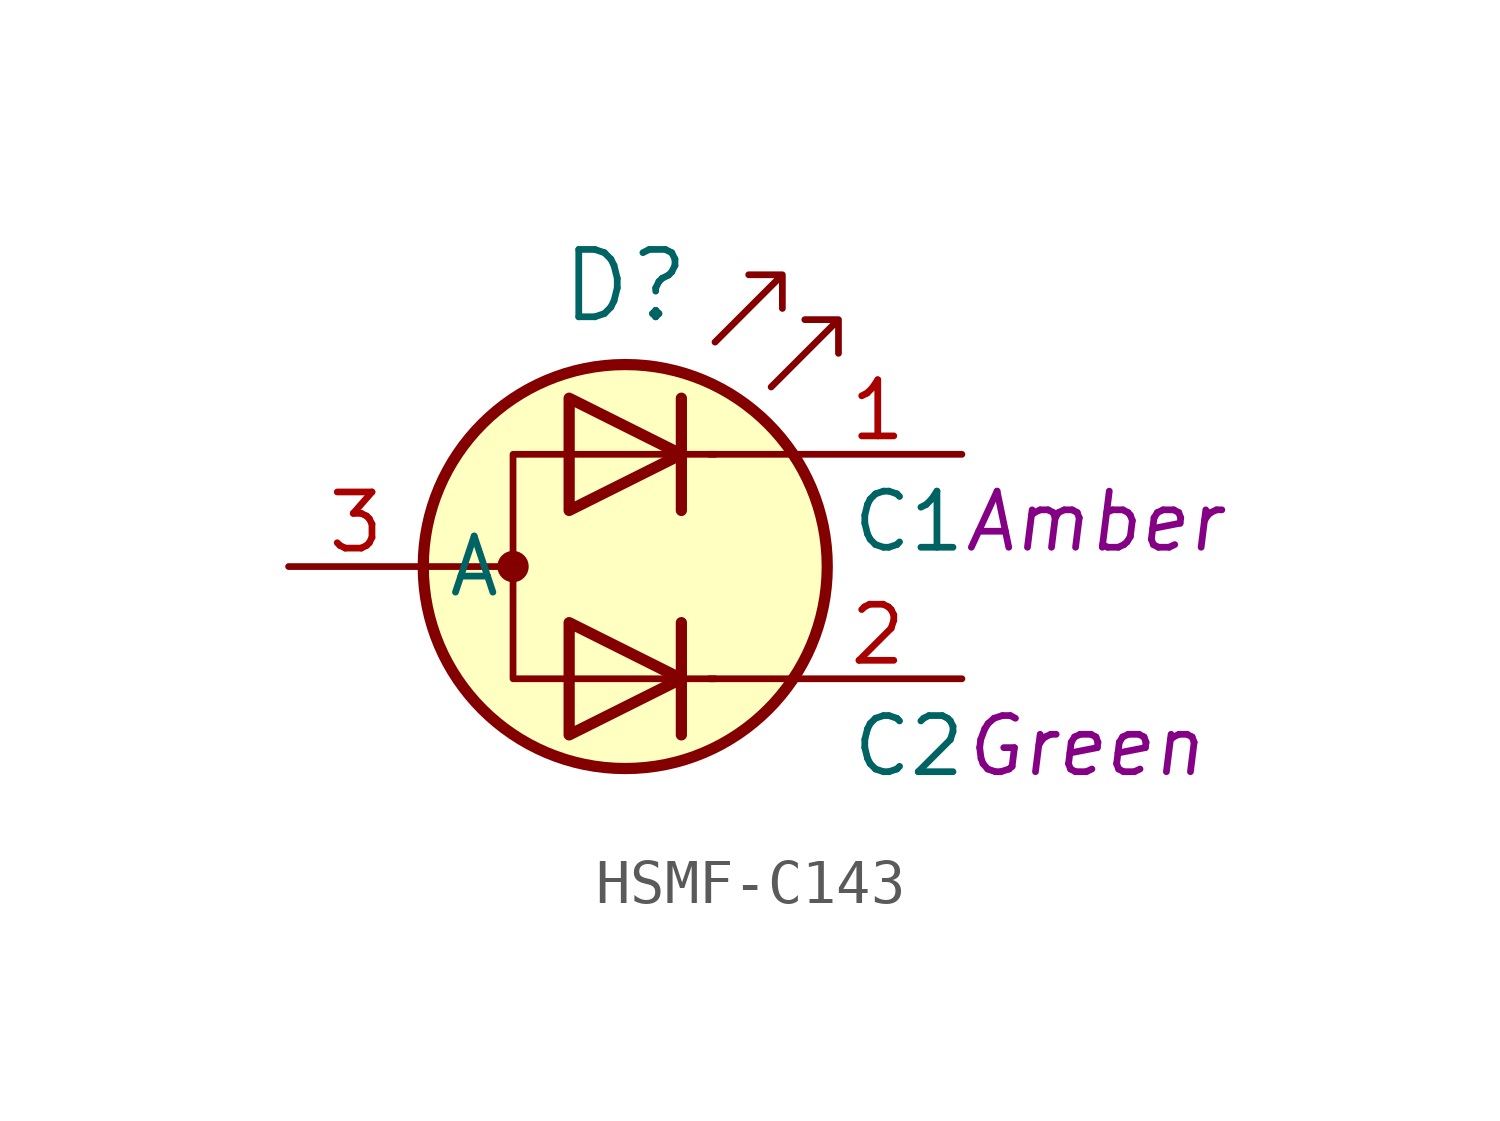
<source format=kicad_sym>
(kicad_symbol_lib
  (version 20241209)
  (generator "kicad_symbol_editor")
  (generator_version "9.0")
  (symbol "HSMF-C143"
    (property "Reference" "D"
      (at 0 6.35 0)
      (effects (font (size 1.524 1.524))))
    (property "Value" ""
      (at 0 0 0)
      (effects (font (size 1.27 1.27))))
    (symbol "HSMF-C143_0_1"
      (polyline (pts (xy -4.572 0) (xy -2.54 0)) (stroke (width 0) (type default)) (fill (type none)))
      (circle (center -2.54 0) (radius 0.279) (stroke (width 0) (type default)) (fill (type outline)))
      (polyline (pts (xy -1.27 3.81) (xy -1.27 1.27) (xy 1.27 2.54) (xy -1.27 3.81)) (stroke (width 0.254) (type default)) (fill (type none)))
      (polyline (pts (xy -1.27 -1.27) (xy -1.27 -3.81) (xy 1.27 -2.54) (xy -1.27 -1.27)) (stroke (width 0.254) (type default)) (fill (type none)))
      (circle (center 0 0) (radius 4.572) (stroke (width 0.254) (type default)) (fill (type background)))
      (polyline (pts (xy 1.27 3.81) (xy 1.27 1.27)) (stroke (width 0.254) (type default)) (fill (type none)))
      (polyline (pts (xy 1.27 -1.27) (xy 1.27 -3.81)) (stroke (width 0.254) (type default)) (fill (type none)))
      (polyline (pts (xy 2.032 5.08) (xy 3.556 6.604) (xy 2.794 6.604) (xy 3.556 6.604) (xy 3.556 5.842)) (stroke (width 0) (type default)) (fill (type none)))
      (polyline (pts (xy 2.032 2.54) (xy -2.54 2.54) (xy -2.54 -2.54) (xy 2.032 -2.54)) (stroke (width 0) (type default)) (fill (type none)))
      (polyline (pts (xy 3.302 4.064) (xy 4.826 5.588) (xy 4.064 5.588) (xy 4.826 5.588) (xy 4.826 4.826)) (stroke (width 0) (type default)) (fill (type none)))
      (polyline (pts (xy 3.81 2.54) (xy 1.905 2.54)) (stroke (width 0) (type default)) (fill (type none)))
      (polyline (pts (xy 3.81 -2.54) (xy 1.905 -2.54)) (stroke (width 0) (type default)) (fill (type none))))
    (symbol "HSMF-C143_1_1"
      (text "C1\n" (at 5.08 1.016 0) (effects (font (size 1.27 1.27) (color 0 99 99 1)) (justify left)))
      (text "C2" (at 5.08 -4.064 0) (effects (font (size 1.27 1.27) (color 0 99 99 1)) (justify left)))
      (text "Amber\n" (at 7.62 1.016 0) (effects (font (size 1.27 1.27) (italic yes) (color 132 0 132 1)) (justify left)))
      (text "Green" (at 7.62 -4.064 0) (effects (font (size 1.27 1.27) (italic yes) (color 132 0 132 1)) (justify left)))
      (pin input line (at -7.62 0 0) (length 3.048) (name "A" (effects (font (size 1.27 1.27)))) (number "3" (effects (font (size 1.27 1.27)))))
      (pin input line (at 7.62 2.54 180) (length 3.81) (name "" (effects (font (size 1.27 1.27)))) (number "1" (effects (font (size 1.27 1.27)))))
      (pin input line (at 7.62 -2.54 180) (length 3.81) (name "" (effects (font (size 1.27 1.27)))) (number "2" (effects (font (size 1.27 1.27))))))))
</source>
